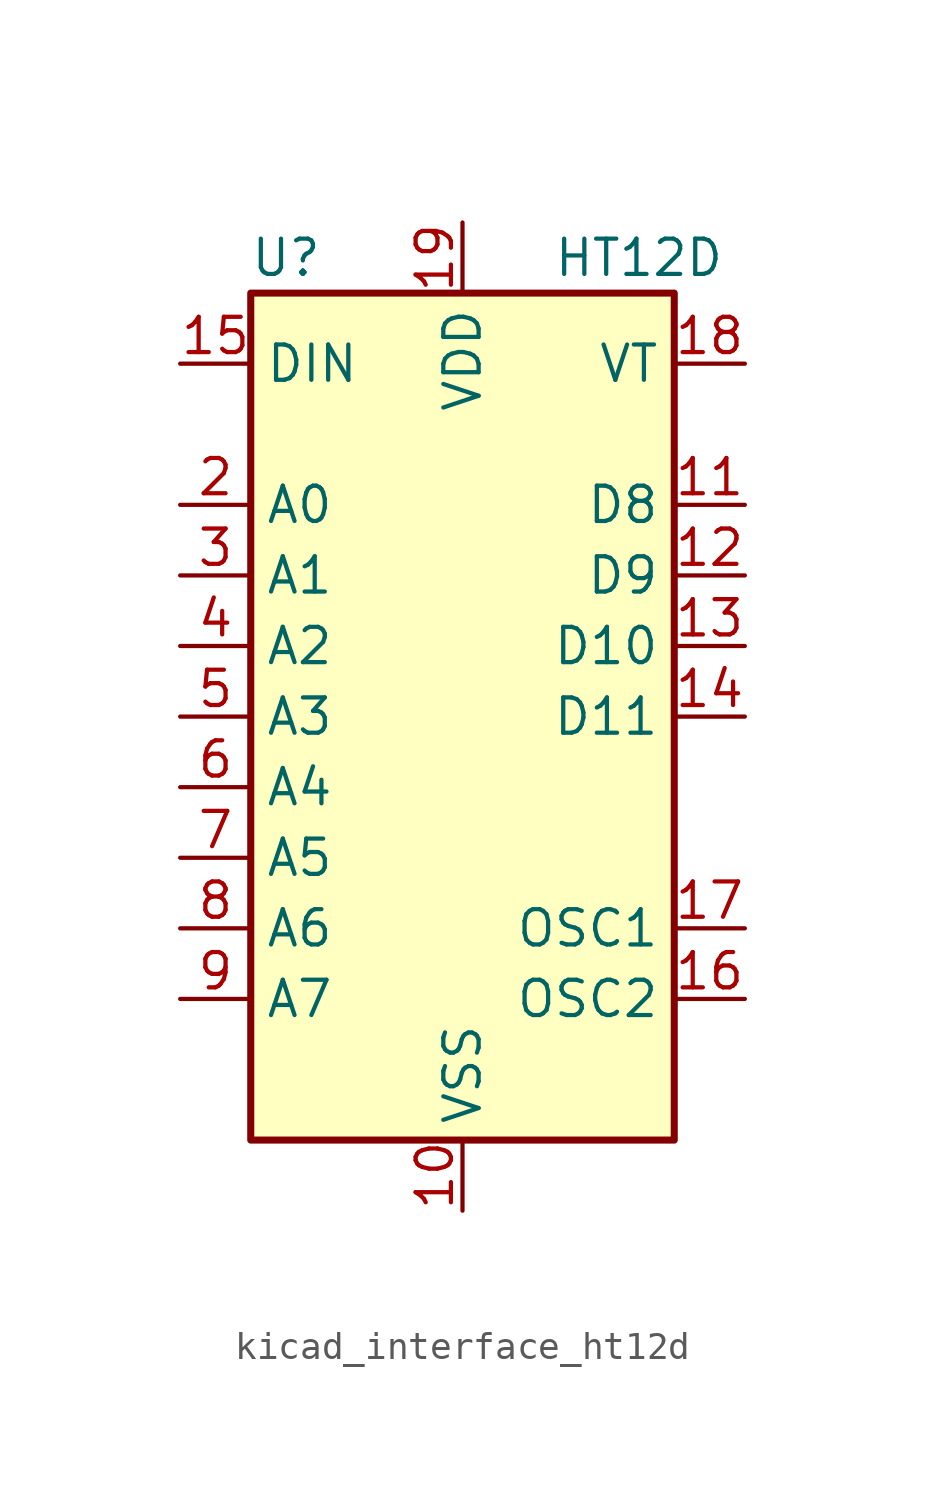
<source format=kicad_sym>
(kicad_symbol_lib
  (version 20220914)
  (generator kicad_symbol_editor)
  (symbol "kicad_interface_ht12d"
    (property "Reference" "U"
      (at -6.35 16.51 0)
      (effects (font (size 1.27 1.27))))
    (property "Value" "HT12D"
      (at 6.35 16.51 0)
      (effects (font (size 1.27 1.27))))
    (symbol "kicad_interface_ht12d_1_1"
      (rectangle (start -7.62 15.24) (end 7.62 -15.24) (stroke (width 0.254) (type default)) (fill (type background)))
      (pin no_connect line (at 7.62 -2.54 180) (length 2.54) hide (name "NC" (effects (font (size 1.27 1.27)))) (number "1" (effects (font (size 1.27 1.27)))))
      (pin power_in line (at 0 -17.78 90) (length 2.54) (name "VSS" (effects (font (size 1.27 1.27)))) (number "10" (effects (font (size 1.27 1.27)))))
      (pin output line (at 10.16 7.62 180) (length 2.54) (name "D8" (effects (font (size 1.27 1.27)))) (number "11" (effects (font (size 1.27 1.27)))))
      (pin output line (at 10.16 5.08 180) (length 2.54) (name "D9" (effects (font (size 1.27 1.27)))) (number "12" (effects (font (size 1.27 1.27)))))
      (pin output line (at 10.16 2.54 180) (length 2.54) (name "D10" (effects (font (size 1.27 1.27)))) (number "13" (effects (font (size 1.27 1.27)))))
      (pin output line (at 10.16 0 180) (length 2.54) (name "D11" (effects (font (size 1.27 1.27)))) (number "14" (effects (font (size 1.27 1.27)))))
      (pin input line (at -10.16 12.7 0) (length 2.54) (name "DIN" (effects (font (size 1.27 1.27)))) (number "15" (effects (font (size 1.27 1.27)))))
      (pin output line (at 10.16 -10.16 180) (length 2.54) (name "OSC2" (effects (font (size 1.27 1.27)))) (number "16" (effects (font (size 1.27 1.27)))))
      (pin input line (at 10.16 -7.62 180) (length 2.54) (name "OSC1" (effects (font (size 1.27 1.27)))) (number "17" (effects (font (size 1.27 1.27)))))
      (pin output line (at 10.16 12.7 180) (length 2.54) (name "VT" (effects (font (size 1.27 1.27)))) (number "18" (effects (font (size 1.27 1.27)))))
      (pin power_in line (at 0 17.78 270) (length 2.54) (name "VDD" (effects (font (size 1.27 1.27)))) (number "19" (effects (font (size 1.27 1.27)))))
      (pin input line (at -10.16 7.62 0) (length 2.54) (name "A0" (effects (font (size 1.27 1.27)))) (number "2" (effects (font (size 1.27 1.27)))))
      (pin no_connect line (at 7.62 -5.08 180) (length 2.54) hide (name "NC" (effects (font (size 1.27 1.27)))) (number "20" (effects (font (size 1.27 1.27)))))
      (pin input line (at -10.16 5.08 0) (length 2.54) (name "A1" (effects (font (size 1.27 1.27)))) (number "3" (effects (font (size 1.27 1.27)))))
      (pin input line (at -10.16 2.54 0) (length 2.54) (name "A2" (effects (font (size 1.27 1.27)))) (number "4" (effects (font (size 1.27 1.27)))))
      (pin input line (at -10.16 0 0) (length 2.54) (name "A3" (effects (font (size 1.27 1.27)))) (number "5" (effects (font (size 1.27 1.27)))))
      (pin input line (at -10.16 -2.54 0) (length 2.54) (name "A4" (effects (font (size 1.27 1.27)))) (number "6" (effects (font (size 1.27 1.27)))))
      (pin input line (at -10.16 -5.08 0) (length 2.54) (name "A5" (effects (font (size 1.27 1.27)))) (number "7" (effects (font (size 1.27 1.27)))))
      (pin input line (at -10.16 -7.62 0) (length 2.54) (name "A6" (effects (font (size 1.27 1.27)))) (number "8" (effects (font (size 1.27 1.27)))))
      (pin input line (at -10.16 -10.16 0) (length 2.54) (name "A7" (effects (font (size 1.27 1.27)))) (number "9" (effects (font (size 1.27 1.27))))))))
</source>
